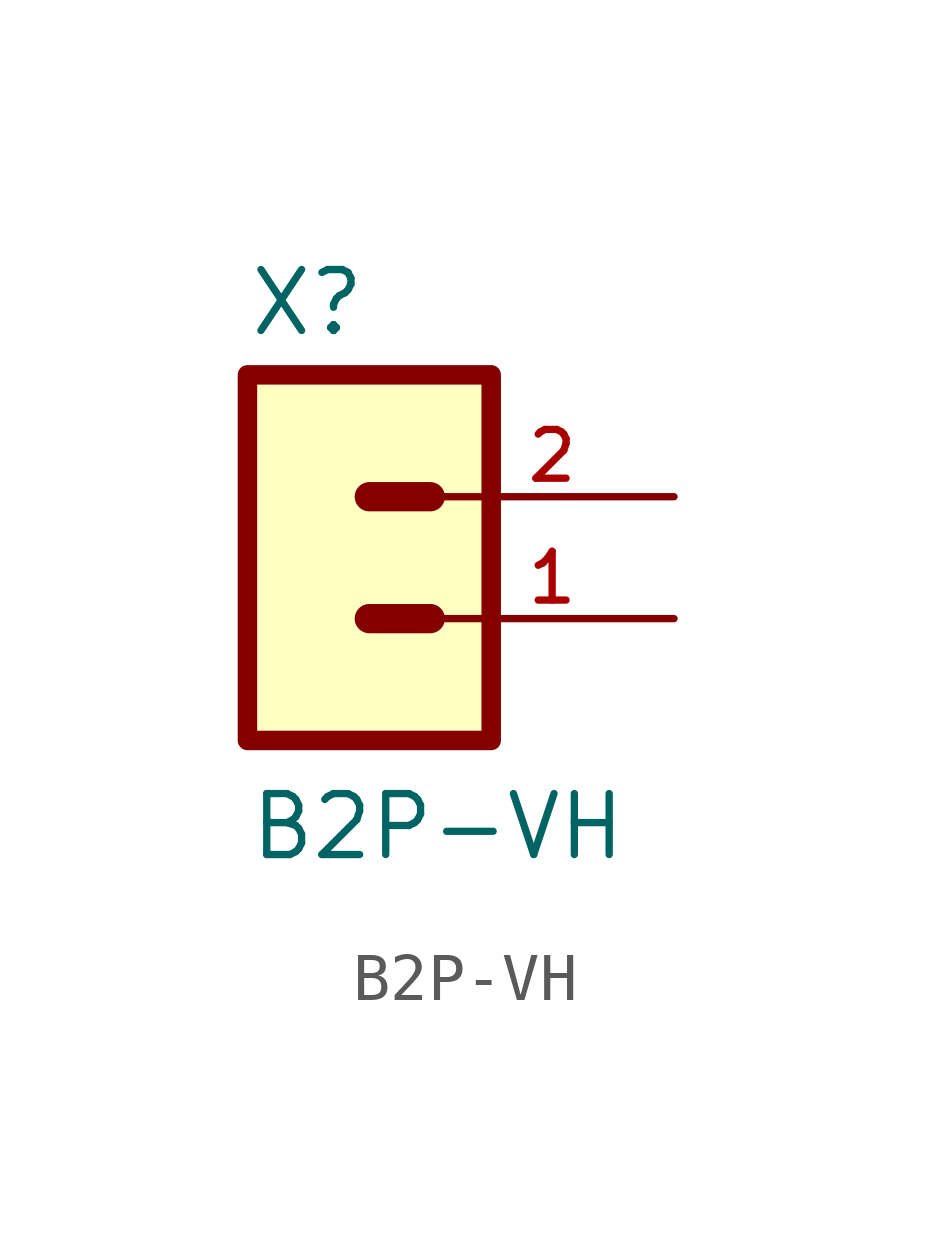
<source format=kicad_sym>
(kicad_symbol_lib
  (version 20211014)
  (generator kicad_symbol_editor)
  (symbol "B2P-VH"
    (pin_names
      (offset 1.016))
    (property "Reference" "X"
      (at -1.27 3.302 0)
      (effects (font (size 1.27 1.27)) (justify bottom left)))
    (property "Value" "B2P-VH"
      (at -1.27 -7.62 0)
      (effects (font (size 1.27 1.27)) (justify bottom left)))
    (symbol "B2P-VH_0_0"
      (polyline (pts (xy 1.27 0.0) (xy 2.54 0.0)) (stroke (width 0.61)))
      (polyline (pts (xy 1.27 -2.54) (xy 2.54 -2.54)) (stroke (width 0.61)))
      (rectangle (start -1.27 -5.08) (end 3.81 2.54) (stroke (width 0.406)) (fill (type background)))
      (pin passive line (at 7.62 -2.54 180.0) (length 5.08) (name "~" (effects (font (size 1.016 1.016)))) (number "1" (effects (font (size 1.016 1.016)))))
      (pin passive line (at 7.62 0.0 180.0) (length 5.08) (name "~" (effects (font (size 1.016 1.016)))) (number "2" (effects (font (size 1.016 1.016))))))))
</source>
